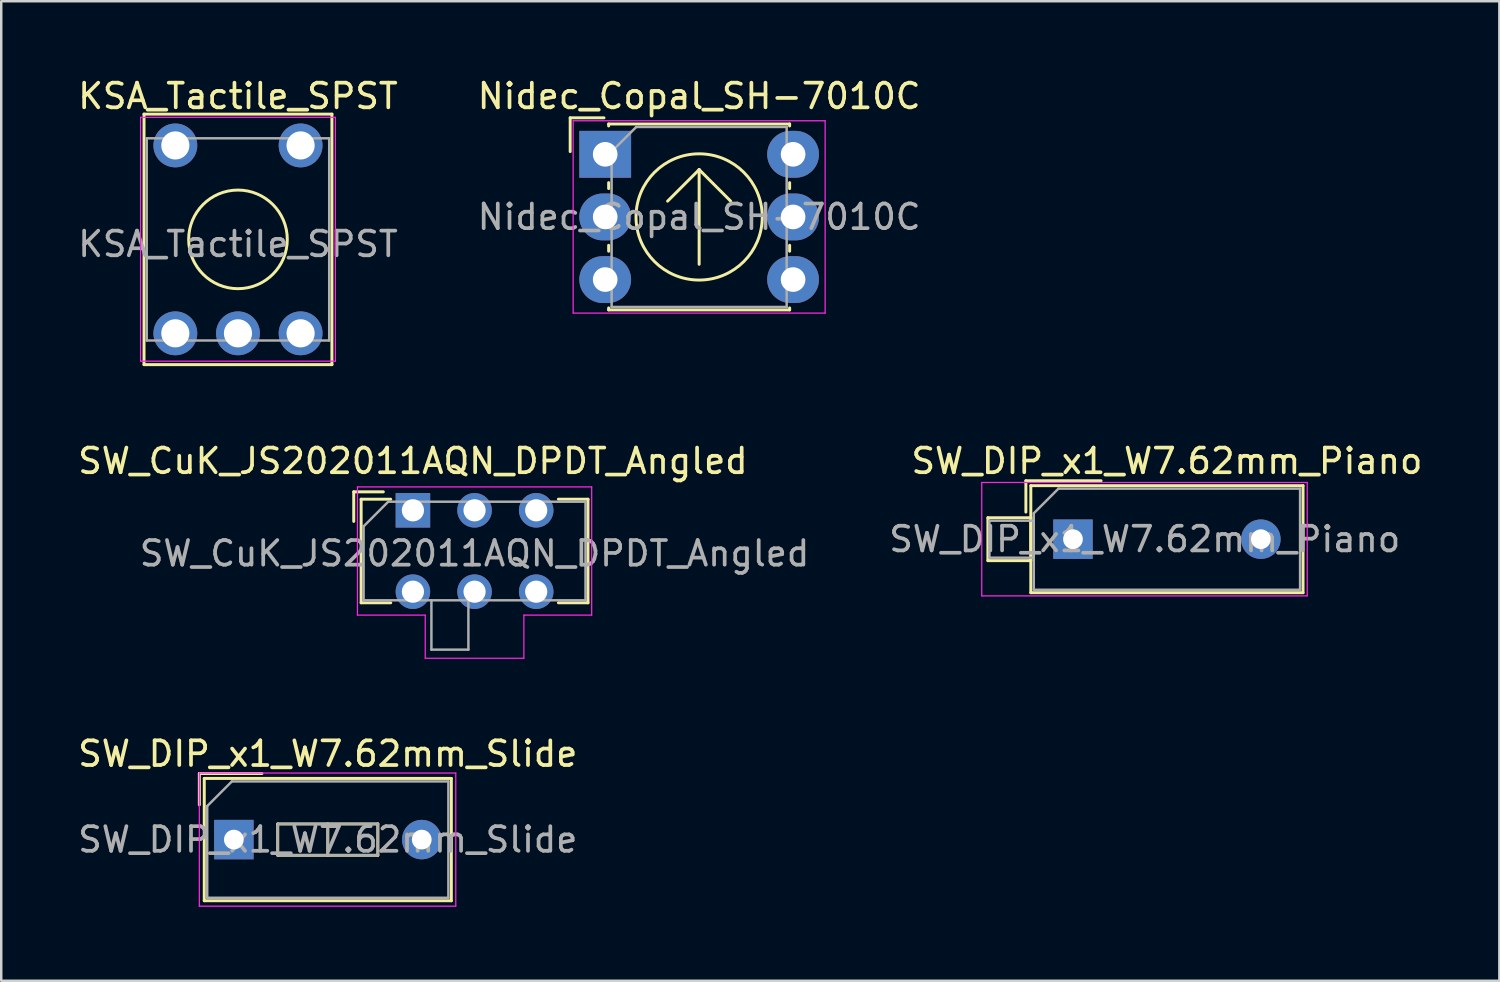
<source format=kicad_pcb>
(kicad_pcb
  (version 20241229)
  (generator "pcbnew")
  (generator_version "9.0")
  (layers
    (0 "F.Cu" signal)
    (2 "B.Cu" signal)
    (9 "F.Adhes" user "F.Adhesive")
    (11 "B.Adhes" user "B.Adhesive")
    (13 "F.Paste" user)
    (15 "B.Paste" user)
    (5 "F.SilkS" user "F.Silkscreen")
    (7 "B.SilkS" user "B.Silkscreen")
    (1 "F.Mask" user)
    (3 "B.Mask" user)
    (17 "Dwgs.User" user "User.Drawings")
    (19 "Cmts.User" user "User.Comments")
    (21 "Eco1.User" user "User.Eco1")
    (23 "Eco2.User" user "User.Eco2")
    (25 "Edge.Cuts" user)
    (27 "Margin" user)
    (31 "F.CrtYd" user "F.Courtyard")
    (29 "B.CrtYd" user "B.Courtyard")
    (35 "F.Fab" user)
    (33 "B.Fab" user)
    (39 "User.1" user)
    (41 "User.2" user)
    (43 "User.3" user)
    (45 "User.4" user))
  (footprint "SW_CuK_JS202011AQN_DPDT_Angled"
    (layer "F.Cu")
    (at 13.696 17.646)
    (property "Reference" "SW_CuK_JS202011AQN_DPDT_Angled" (at 0 -2 0) (layer "F.SilkS") (effects (font (size 1 1) (thickness 0.15))))
    (attr through_hole)
    (fp_line (start -2.4 -0.75) (end -2.4 0.45) (stroke (width 0.12) (type solid)) (layer "F.SilkS"))
    (fp_line (start -2.1 -0.45) (end -2.1 3.75) (stroke (width 0.12) (type solid)) (layer "F.SilkS"))
    (fp_line (start -2.1 3.75) (end -0.9 3.75) (stroke (width 0.12) (type solid)) (layer "F.SilkS"))
    (fp_line (start -1.2 -0.75) (end -2.4 -0.75) (stroke (width 0.12) (type solid)) (layer "F.SilkS"))
    (fp_line (start -0.9 -0.45) (end -2.1 -0.45) (stroke (width 0.12) (type solid)) (layer "F.SilkS"))
    (fp_line (start 5.9 -0.45) (end 7.1 -0.45) (stroke (width 0.12) (type solid)) (layer "F.SilkS"))
    (fp_line (start 7.1 -0.45) (end 7.1 3.75) (stroke (width 0.12) (type solid)) (layer "F.SilkS"))
    (fp_line (start 7.1 3.75) (end 5.9 3.75) (stroke (width 0.12) (type solid)) (layer "F.SilkS"))
    (fp_line (start -2.25 -0.95) (end 7.25 -0.95) (stroke (width 0.05) (type solid)) (layer "F.CrtYd"))
    (fp_line (start -2.25 4.25) (end -2.25 -0.95) (stroke (width 0.05) (type solid)) (layer "F.CrtYd"))
    (fp_line (start 0.5 4.25) (end -2.25 4.25) (stroke (width 0.05) (type solid)) (layer "F.CrtYd"))
    (fp_line (start 0.5 4.25) (end 0.5 6) (stroke (width 0.05) (type solid)) (layer "F.CrtYd"))
    (fp_line (start 4.5 6) (end 0.5 6) (stroke (width 0.05) (type solid)) (layer "F.CrtYd"))
    (fp_line (start 4.5 6) (end 4.5 4.25) (stroke (width 0.05) (type solid)) (layer "F.CrtYd"))
    (fp_line (start 7.25 -0.95) (end 7.25 4.25) (stroke (width 0.05) (type solid)) (layer "F.CrtYd"))
    (fp_line (start 7.25 4.25) (end 4.5 4.25) (stroke (width 0.05) (type solid)) (layer "F.CrtYd"))
    (fp_line (start -2 3.65) (end -2 0.65) (stroke (width 0.1) (type solid)) (layer "F.Fab"))
    (fp_line (start -1 -0.35) (end -2 0.65) (stroke (width 0.1) (type solid)) (layer "F.Fab"))
    (fp_line (start -1 -0.35) (end 7 -0.35) (stroke (width 0.1) (type solid)) (layer "F.Fab"))
    (fp_line (start 0.75 3.65) (end 0.75 5.65) (stroke (width 0.1) (type solid)) (layer "F.Fab"))
    (fp_line (start 0.75 5.65) (end 2.25 5.65) (stroke (width 0.1) (type solid)) (layer "F.Fab"))
    (fp_line (start 2.25 5.65) (end 2.25 3.65) (stroke (width 0.1) (type solid)) (layer "F.Fab"))
    (fp_line (start 7 -0.35) (end 7 3.65) (stroke (width 0.1) (type solid)) (layer "F.Fab"))
    (fp_line (start 7 3.65) (end -2 3.65) (stroke (width 0.1) (type solid)) (layer "F.Fab"))
    (fp_text user "${REFERENCE}" (at 2.5 1.75 0) (layer "F.Fab") (effects (font (size 1 1) (thickness 0.15))))
    (pad "1" thru_hole rect (at 0 0) (size 1.4 1.4) (drill 0.9) (layers "*.Cu" "*.Mask"))
    (pad "2" thru_hole circle (at 2.5 0) (size 1.4 1.4) (drill 0.9) (layers "*.Cu" "*.Mask"))
    (pad "3" thru_hole circle (at 5 0) (size 1.4 1.4) (drill 0.9) (layers "*.Cu" "*.Mask"))
    (pad "4" thru_hole circle (at 0 3.3) (size 1.4 1.4) (drill 0.9) (layers "*.Cu" "*.Mask"))
    (pad "5" thru_hole circle (at 2.5 3.3) (size 1.4 1.4) (drill 0.9) (layers "*.Cu" "*.Mask"))
    (pad "6" thru_hole circle (at 5 3.3) (size 1.4 1.4) (drill 0.9) (layers "*.Cu" "*.Mask")))
  (footprint "KSA_Tactile_SPST"
    (layer "F.Cu")
    (at 4.061 2.848)
    (property "Reference" "KSA_Tactile_SPST" (at 2.54 -2 0) (layer "F.SilkS") (effects (font (size 1 1) (thickness 0.15))))
    (attr through_hole)
    (fp_line (start -1.27 -1.27) (end -1.27 8.89) (stroke (width 0.12) (type solid)) (layer "F.SilkS"))
    (fp_line (start -1.27 -1.27) (end 6.35 -1.27) (stroke (width 0.12) (type solid)) (layer "F.SilkS"))
    (fp_line (start -1.27 8.89) (end 6.35 8.89) (stroke (width 0.12) (type solid)) (layer "F.SilkS"))
    (fp_line (start 6.35 8.89) (end 6.35 -1.27) (stroke (width 0.12) (type solid)) (layer "F.SilkS"))
    (fp_circle (center 2.54 3.81) (end 0.54 3.81) (stroke (width 0.12) (type solid)) (fill no) (layer "F.SilkS"))
    (fp_line (start -1.41 -1.14) (end -1.41 8.75) (stroke (width 0.05) (type solid)) (layer "F.CrtYd"))
    (fp_line (start -1.41 -1.14) (end 6.49 -1.14) (stroke (width 0.05) (type solid)) (layer "F.CrtYd"))
    (fp_line (start 6.49 8.75) (end -1.41 8.75) (stroke (width 0.05) (type solid)) (layer "F.CrtYd"))
    (fp_line (start 6.49 8.75) (end 6.49 -1.14) (stroke (width 0.05) (type solid)) (layer "F.CrtYd"))
    (fp_line (start -1.16 7.91) (end -1.16 -0.29) (stroke (width 0.1) (type solid)) (layer "F.Fab"))
    (fp_line (start -1.16 7.91) (end 6.24 7.91) (stroke (width 0.1) (type solid)) (layer "F.Fab"))
    (fp_line (start 6.24 -0.29) (end -1.16 -0.29) (stroke (width 0.1) (type solid)) (layer "F.Fab"))
    (fp_line (start 6.24 7.91) (end 6.24 -0.29) (stroke (width 0.1) (type solid)) (layer "F.Fab"))
    (fp_text user "${REFERENCE}" (at 2.54 4 0) (layer "F.Fab") (effects (font (size 1 1) (thickness 0.15))))
    (pad "1" thru_hole circle (at 0 0) (size 1.778 1.778) (drill 1.143) (layers "*.Cu" "*.Mask"))
    (pad "2" thru_hole circle (at 5.08 0) (size 1.778 1.778) (drill 1.143) (layers "*.Cu" "*.Mask"))
    (pad "3" thru_hole circle (at 5.08 7.62) (size 1.778 1.778) (drill 1.143) (layers "*.Cu" "*.Mask"))
    (pad "4" thru_hole circle (at 2.54 7.62) (size 1.778 1.778) (drill 1.143) (layers "*.Cu" "*.Mask"))
    (pad "5" thru_hole circle (at 0 7.62) (size 1.778 1.778) (drill 1.143) (layers "*.Cu" "*.Mask")))
  (footprint "Nidec_Copal_SH-7010C"
    (layer "F.Cu")
    (at 21.494 3.208)
    (property "Reference" "Nidec_Copal_SH-7010C" (at 3.81 -2.36 0) (layer "F.SilkS") (effects (font (size 1 1) (thickness 0.15))))
    (attr through_hole)
    (fp_line (start -1.42 -1.48) (end -0.05 -1.48) (stroke (width 0.12) (type solid)) (layer "F.SilkS"))
    (fp_line (start -1.42 -0.11) (end -1.42 -1.48) (stroke (width 0.12) (type solid)) (layer "F.SilkS"))
    (fp_line (start 0.14 -1.23) (end 7.48 -1.23) (stroke (width 0.12) (type solid)) (layer "F.SilkS"))
    (fp_line (start 0.14 -1.15) (end 0.14 -1.23) (stroke (width 0.12) (type solid)) (layer "F.SilkS"))
    (fp_line (start 0.14 1.15) (end 0.14 1.39) (stroke (width 0.12) (type solid)) (layer "F.SilkS"))
    (fp_line (start 0.14 3.69) (end 0.14 3.93) (stroke (width 0.12) (type solid)) (layer "F.SilkS"))
    (fp_line (start 0.14 6.23) (end 0.14 6.31) (stroke (width 0.12) (type solid)) (layer "F.SilkS"))
    (fp_line (start 0.14 6.31) (end 7.48 6.31) (stroke (width 0.12) (type solid)) (layer "F.SilkS"))
    (fp_line (start 2.53 1.9) (end 3.81 0.62) (stroke (width 0.12) (type solid)) (layer "F.SilkS"))
    (fp_line (start 3.81 0.62) (end 3.81 4.46) (stroke (width 0.12) (type solid)) (layer "F.SilkS"))
    (fp_line (start 3.81 0.62) (end 5.09 1.9) (stroke (width 0.12) (type solid)) (layer "F.SilkS"))
    (fp_line (start 7.48 -1.23) (end 7.48 -1.15) (stroke (width 0.12) (type solid)) (layer "F.SilkS"))
    (fp_line (start 7.48 1.15) (end 7.48 1.39) (stroke (width 0.12) (type solid)) (layer "F.SilkS"))
    (fp_line (start 7.48 3.69) (end 7.48 3.93) (stroke (width 0.12) (type solid)) (layer "F.SilkS"))
    (fp_line (start 7.48 6.31) (end 7.48 6.23) (stroke (width 0.12) (type solid)) (layer "F.SilkS"))
    (fp_circle (center 3.81 2.54) (end 6.37 2.54) (stroke (width 0.12) (type solid)) (fill no) (layer "F.SilkS"))
    (fp_line (start -1.3 -1.36) (end -1.3 6.44) (stroke (width 0.05) (type solid)) (layer "F.CrtYd"))
    (fp_line (start -1.3 6.44) (end 8.92 6.44) (stroke (width 0.05) (type solid)) (layer "F.CrtYd"))
    (fp_line (start 8.92 -1.36) (end -1.3 -1.36) (stroke (width 0.05) (type solid)) (layer "F.CrtYd"))
    (fp_line (start 8.92 6.44) (end 8.92 -1.36) (stroke (width 0.05) (type solid)) (layer "F.CrtYd"))
    (fp_line (start 0.26 -0.11) (end 1.26 -1.11) (stroke (width 0.1) (type solid)) (layer "F.Fab"))
    (fp_line (start 0.26 6.19) (end 0.26 -0.11) (stroke (width 0.1) (type solid)) (layer "F.Fab"))
    (fp_line (start 1.26 -1.11) (end 7.36 -1.11) (stroke (width 0.1) (type solid)) (layer "F.Fab"))
    (fp_line (start 7.36 -1.11) (end 7.36 6.19) (stroke (width 0.1) (type solid)) (layer "F.Fab"))
    (fp_line (start 7.36 6.19) (end 0.26 6.19) (stroke (width 0.1) (type solid)) (layer "F.Fab"))
    (fp_text user "${REFERENCE}" (at 3.81 2.54 0) (layer "F.Fab") (effects (font (size 1 1) (thickness 0.15))))
    (pad "1" thru_hole rect (at 0 0) (size 2.1 1.9) (drill 1) (layers "*.Cu" "*.Mask"))
    (pad "2" thru_hole oval (at 7.62 5.08) (size 2.1 1.9) (drill 1) (layers "*.Cu" "*.Mask"))
    (pad "4" thru_hole oval (at 0 5.08) (size 2.1 1.9) (drill 1) (layers "*.Cu" "*.Mask"))
    (pad "8" thru_hole oval (at 7.62 0) (size 2.1 1.9) (drill 1) (layers "*.Cu" "*.Mask"))
    (pad "C" thru_hole oval (at 0 2.54) (size 2.1 1.9) (drill 1) (layers "*.Cu" "*.Mask"))
    (pad "C" thru_hole oval (at 7.62 2.54) (size 2.1 1.9) (drill 1) (layers "*.Cu" "*.Mask")))
  (footprint "SW_DIP_x1_W7.62mm_Slide"
    (layer "F.Cu")
    (at 6.434 31)
    (property "Reference" "SW_DIP_x1_W7.62mm_Slide" (at 3.81 -3.48 0) (layer "F.SilkS") (effects (font (size 1 1) (thickness 0.15))))
    (attr through_hole)
    (fp_line (start -1.4 -2.68) (end -1.4 -1.41) (stroke (width 0.12) (type solid)) (layer "F.SilkS"))
    (fp_line (start -1.4 -2.68) (end 1.14 -2.68) (stroke (width 0.12) (type solid)) (layer "F.SilkS"))
    (fp_line (start -1.2 -2.48) (end 8.82 -2.48) (stroke (width 0.12) (type solid)) (layer "F.SilkS"))
    (fp_line (start -1.2 2.48) (end -1.2 -2.48) (stroke (width 0.12) (type solid)) (layer "F.SilkS"))
    (fp_line (start 1.78 -0.635) (end 1.78 0.635) (stroke (width 0.12) (type solid)) (layer "F.SilkS"))
    (fp_line (start 1.78 0.635) (end 5.84 0.635) (stroke (width 0.12) (type solid)) (layer "F.SilkS"))
    (fp_line (start 3.81 -0.635) (end 3.81 0.635) (stroke (width 0.12) (type solid)) (layer "F.SilkS"))
    (fp_line (start 5.84 -0.635) (end 1.78 -0.635) (stroke (width 0.12) (type solid)) (layer "F.SilkS"))
    (fp_line (start 5.84 0.635) (end 5.84 -0.635) (stroke (width 0.12) (type solid)) (layer "F.SilkS"))
    (fp_line (start 8.82 -2.48) (end 8.82 2.48) (stroke (width 0.12) (type solid)) (layer "F.SilkS"))
    (fp_line (start 8.82 2.48) (end -1.2 2.48) (stroke (width 0.12) (type solid)) (layer "F.SilkS"))
    (fp_line (start -1.4 -2.7) (end -1.4 2.7) (stroke (width 0.05) (type solid)) (layer "F.CrtYd"))
    (fp_line (start -1.4 2.7) (end 9 2.7) (stroke (width 0.05) (type solid)) (layer "F.CrtYd"))
    (fp_line (start 9 -2.7) (end -1.4 -2.7) (stroke (width 0.05) (type solid)) (layer "F.CrtYd"))
    (fp_line (start 9 2.7) (end 9 -2.7) (stroke (width 0.05) (type solid)) (layer "F.CrtYd"))
    (fp_line (start -1.08 -1.36) (end -0.08 -2.36) (stroke (width 0.1) (type solid)) (layer "F.Fab"))
    (fp_line (start -1.08 2.36) (end -1.08 -1.36) (stroke (width 0.1) (type solid)) (layer "F.Fab"))
    (fp_line (start -0.08 -2.36) (end 8.7 -2.36) (stroke (width 0.1) (type solid)) (layer "F.Fab"))
    (fp_line (start 1.78 -0.635) (end 1.78 0.635) (stroke (width 0.1) (type solid)) (layer "F.Fab"))
    (fp_line (start 1.78 0.635) (end 5.84 0.635) (stroke (width 0.1) (type solid)) (layer "F.Fab"))
    (fp_line (start 3.81 -0.635) (end 3.81 0.635) (stroke (width 0.1) (type solid)) (layer "F.Fab"))
    (fp_line (start 5.84 -0.635) (end 1.78 -0.635) (stroke (width 0.1) (type solid)) (layer "F.Fab"))
    (fp_line (start 5.84 0.635) (end 5.84 -0.635) (stroke (width 0.1) (type solid)) (layer "F.Fab"))
    (fp_line (start 8.7 -2.36) (end 8.7 2.36) (stroke (width 0.1) (type solid)) (layer "F.Fab"))
    (fp_line (start 8.7 2.36) (end -1.08 2.36) (stroke (width 0.1) (type solid)) (layer "F.Fab"))
    (fp_text user "${REFERENCE}" (at 3.81 0 0) (layer "F.Fab") (effects (font (size 1 1) (thickness 0.15))))
    (pad "1" thru_hole rect (at 0 0) (size 1.6 1.6) (drill 0.8) (layers "*.Cu" "*.Mask"))
    (pad "2" thru_hole oval (at 7.62 0) (size 1.6 1.6) (drill 0.8) (layers "*.Cu" "*.Mask")))
  (footprint "SW_DIP_x1_W7.62mm_Piano"
    (layer "F.Cu")
    (at 40.465 18.817)
    (property "Reference" "SW_DIP_x1_W7.62mm_Piano" (at 3.81 -3.17 0) (layer "F.SilkS") (effects (font (size 1 1) (thickness 0.15))))
    (attr through_hole)
    (fp_line (start -3.45 -0.87) (end -3.45 0.87) (stroke (width 0.12) (type solid)) (layer "F.SilkS"))
    (fp_line (start -3.45 0.87) (end -1.71 0.87) (stroke (width 0.12) (type solid)) (layer "F.SilkS"))
    (fp_line (start -1.91 -2.37) (end -1.91 -1.1) (stroke (width 0.12) (type solid)) (layer "F.SilkS"))
    (fp_line (start -1.91 -2.37) (end 1.14 -2.37) (stroke (width 0.12) (type solid)) (layer "F.SilkS"))
    (fp_line (start -1.71 -2.17) (end 9.33 -2.17) (stroke (width 0.12) (type solid)) (layer "F.SilkS"))
    (fp_line (start -1.71 -0.87) (end -3.45 -0.87) (stroke (width 0.12) (type solid)) (layer "F.SilkS"))
    (fp_line (start -1.71 0.87) (end -1.71 -0.87) (stroke (width 0.12) (type solid)) (layer "F.SilkS"))
    (fp_line (start -1.71 2.17) (end -1.71 -2.17) (stroke (width 0.12) (type solid)) (layer "F.SilkS"))
    (fp_line (start 9.33 -2.17) (end 9.33 2.17) (stroke (width 0.12) (type solid)) (layer "F.SilkS"))
    (fp_line (start 9.33 2.17) (end -1.71 2.17) (stroke (width 0.12) (type solid)) (layer "F.SilkS"))
    (fp_line (start -3.7 -2.3) (end -3.7 2.3) (stroke (width 0.05) (type solid)) (layer "F.CrtYd"))
    (fp_line (start -3.7 2.3) (end 9.5 2.3) (stroke (width 0.05) (type solid)) (layer "F.CrtYd"))
    (fp_line (start 9.5 -2.3) (end -3.7 -2.3) (stroke (width 0.05) (type solid)) (layer "F.CrtYd"))
    (fp_line (start 9.5 2.3) (end 9.5 -2.3) (stroke (width 0.05) (type solid)) (layer "F.CrtYd"))
    (fp_line (start -3.39 -0.75) (end -1.59 -0.75) (stroke (width 0.1) (type solid)) (layer "F.Fab"))
    (fp_line (start -3.39 0.75) (end -3.39 -0.75) (stroke (width 0.1) (type solid)) (layer "F.Fab"))
    (fp_line (start -1.59 -1.05) (end -0.59 -2.05) (stroke (width 0.1) (type solid)) (layer "F.Fab"))
    (fp_line (start -1.59 -0.75) (end -1.59 0.75) (stroke (width 0.1) (type solid)) (layer "F.Fab"))
    (fp_line (start -1.59 0.75) (end -3.39 0.75) (stroke (width 0.1) (type solid)) (layer "F.Fab"))
    (fp_line (start -1.59 2.05) (end -1.59 -1.05) (stroke (width 0.1) (type solid)) (layer "F.Fab"))
    (fp_line (start -0.59 -2.05) (end 9.21 -2.05) (stroke (width 0.1) (type solid)) (layer "F.Fab"))
    (fp_line (start 9.21 -2.05) (end 9.21 2.05) (stroke (width 0.1) (type solid)) (layer "F.Fab"))
    (fp_line (start 9.21 2.05) (end -1.59 2.05) (stroke (width 0.1) (type solid)) (layer "F.Fab"))
    (fp_text user "${REFERENCE}" (at 2.91 0 0) (layer "F.Fab") (effects (font (size 1 1) (thickness 0.15))))
    (pad "1" thru_hole rect (at 0 0) (size 1.6 1.6) (drill 0.8) (layers "*.Cu" "*.Mask"))
    (pad "2" thru_hole oval (at 7.62 0) (size 1.6 1.6) (drill 0.8) (layers "*.Cu" "*.Mask")))
  (gr_rect
    (start -3 -3)
    (end 57.757 36.725)
    (stroke (width 0.1) (type default))
    (fill no)
    (layer "Edge.Cuts")))
</source>
